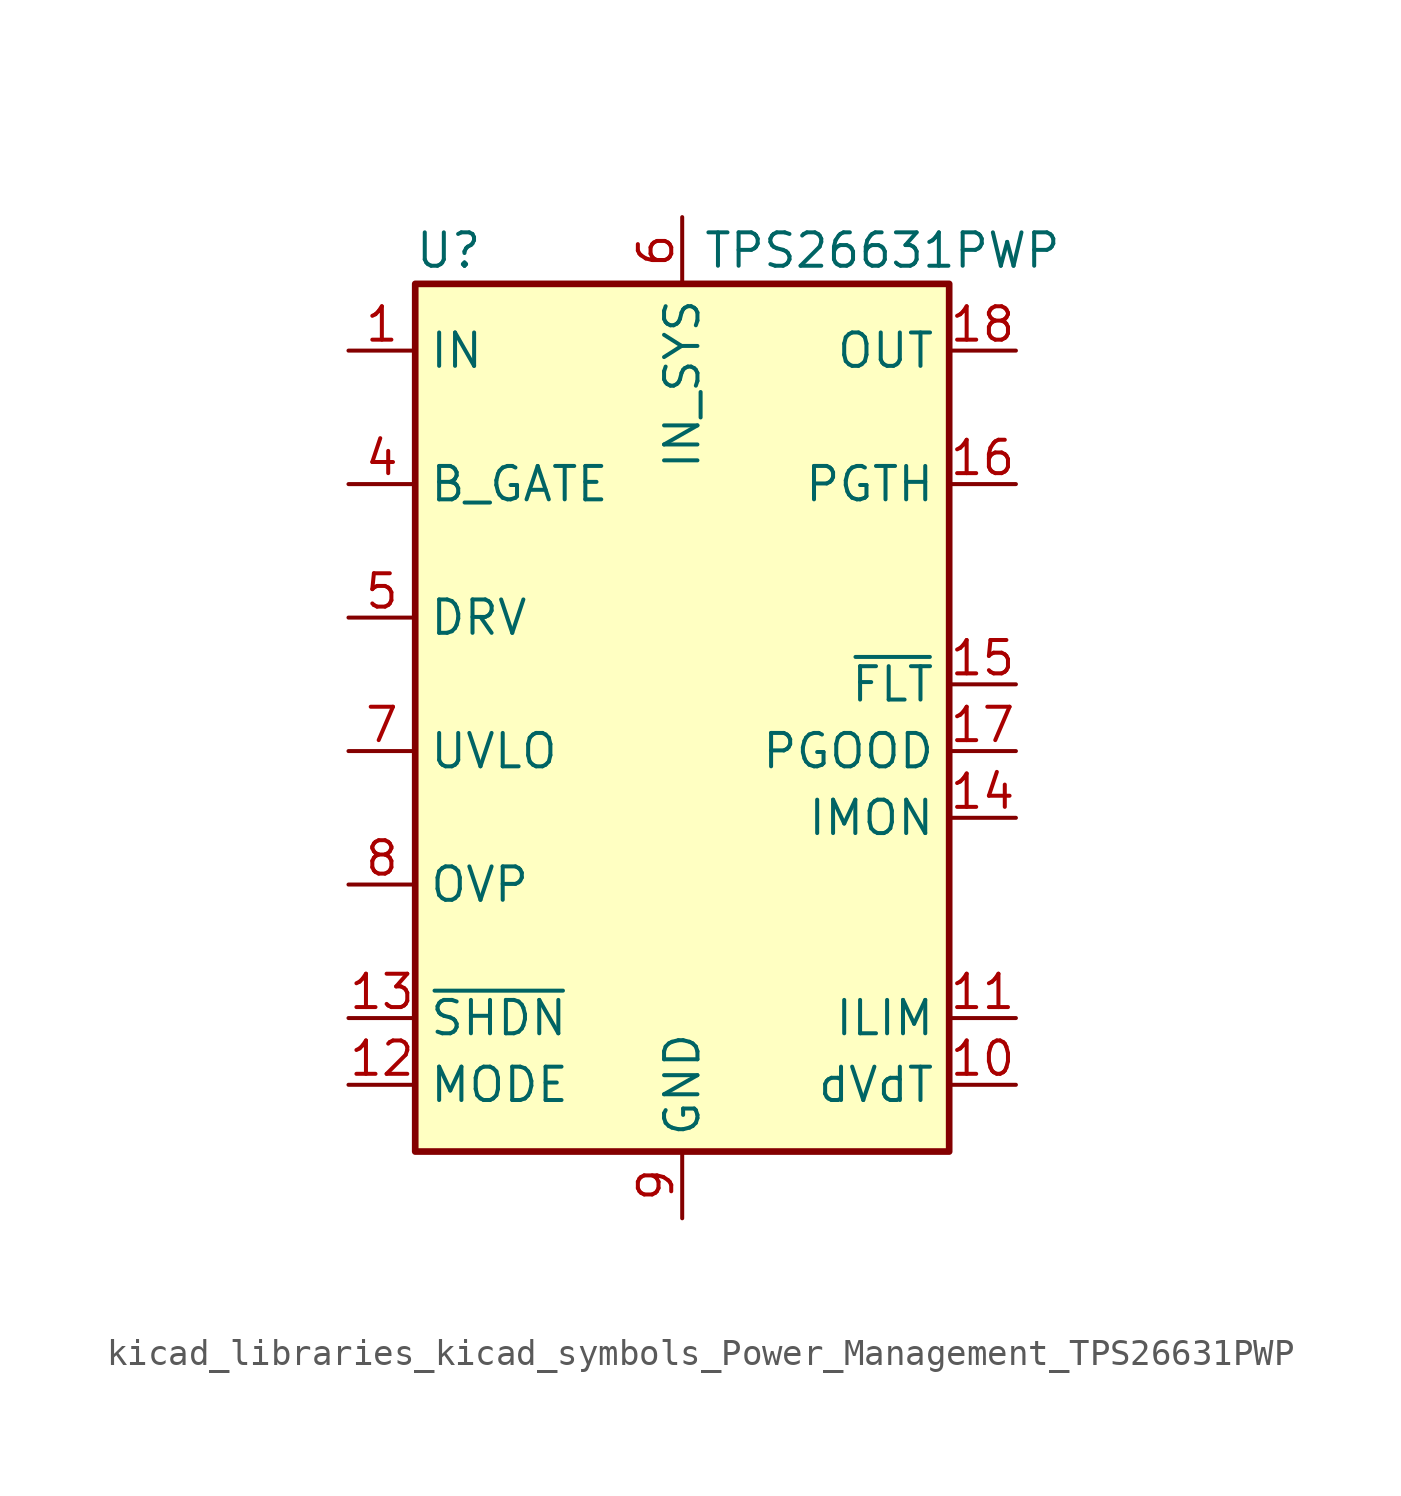
<source format=kicad_sym>
(kicad_symbol_lib
  (version 20220914)
  (generator kicad_symbol_editor)
  (symbol "kicad_libraries_kicad_symbols_Power_Management_TPS26631PWP"
    (property "Reference" "U"
      (at -8.89 16.51 0)
      (effects (font (size 1.27 1.27))))
    (property "Value" "TPS26631PWP"
      (at 7.62 16.51 0)
      (effects (font (size 1.27 1.27))))
    (symbol "kicad_libraries_kicad_symbols_Power_Management_TPS26631PWP_0_1"
      (rectangle (start -10.16 15.24) (end 10.16 -17.78) (stroke (width 0.254) (type default)) (fill (type background))))
    (symbol "kicad_libraries_kicad_symbols_Power_Management_TPS26631PWP_1_1"
      (pin power_in line (at -12.7 12.7 0) (length 2.54) (name "IN" (effects (font (size 1.27 1.27)))) (number "1" (effects (font (size 1.27 1.27)))))
      (pin passive line (at 12.7 -15.24 180) (length 2.54) (name "dVdT" (effects (font (size 1.27 1.27)))) (number "10" (effects (font (size 1.27 1.27)))))
      (pin passive line (at 12.7 -12.7 180) (length 2.54) (name "ILIM" (effects (font (size 1.27 1.27)))) (number "11" (effects (font (size 1.27 1.27)))))
      (pin input line (at -12.7 -15.24 0) (length 2.54) (name "MODE" (effects (font (size 1.27 1.27)))) (number "12" (effects (font (size 1.27 1.27)))))
      (pin input line (at -12.7 -12.7 0) (length 2.54) (name "~{SHDN}" (effects (font (size 1.27 1.27)))) (number "13" (effects (font (size 1.27 1.27)))))
      (pin output line (at 12.7 -5.08 180) (length 2.54) (name "IMON" (effects (font (size 1.27 1.27)))) (number "14" (effects (font (size 1.27 1.27)))))
      (pin open_collector line (at 12.7 0 180) (length 2.54) (name "~{FLT}" (effects (font (size 1.27 1.27)))) (number "15" (effects (font (size 1.27 1.27)))))
      (pin input line (at 12.7 7.62 180) (length 2.54) (name "PGTH" (effects (font (size 1.27 1.27)))) (number "16" (effects (font (size 1.27 1.27)))))
      (pin output line (at 12.7 -2.54 180) (length 2.54) (name "PGOOD" (effects (font (size 1.27 1.27)))) (number "17" (effects (font (size 1.27 1.27)))))
      (pin power_out line (at 12.7 12.7 180) (length 2.54) (name "OUT" (effects (font (size 1.27 1.27)))) (number "18" (effects (font (size 1.27 1.27)))))
      (pin passive line (at 12.7 12.7 180) (length 2.54) hide (name "OUT" (effects (font (size 1.27 1.27)))) (number "19" (effects (font (size 1.27 1.27)))))
      (pin passive line (at -12.7 12.7 0) (length 2.54) hide (name "IN" (effects (font (size 1.27 1.27)))) (number "2" (effects (font (size 1.27 1.27)))))
      (pin passive line (at 12.7 12.7 180) (length 2.54) hide (name "OUT" (effects (font (size 1.27 1.27)))) (number "20" (effects (font (size 1.27 1.27)))))
      (pin passive line (at 0 -20.32 90) (length 2.54) hide (name "GND" (effects (font (size 1.27 1.27)))) (number "21" (effects (font (size 1.27 1.27)))))
      (pin passive line (at -12.7 12.7 0) (length 2.54) hide (name "IN" (effects (font (size 1.27 1.27)))) (number "3" (effects (font (size 1.27 1.27)))))
      (pin output line (at -12.7 7.62 0) (length 2.54) (name "B_GATE" (effects (font (size 1.27 1.27)))) (number "4" (effects (font (size 1.27 1.27)))))
      (pin output line (at -12.7 2.54 0) (length 2.54) (name "DRV" (effects (font (size 1.27 1.27)))) (number "5" (effects (font (size 1.27 1.27)))))
      (pin power_in line (at 0 17.78 270) (length 2.54) (name "IN_SYS" (effects (font (size 1.27 1.27)))) (number "6" (effects (font (size 1.27 1.27)))))
      (pin input line (at -12.7 -2.54 0) (length 2.54) (name "UVLO" (effects (font (size 1.27 1.27)))) (number "7" (effects (font (size 1.27 1.27)))))
      (pin input line (at -12.7 -7.62 0) (length 2.54) (name "OVP" (effects (font (size 1.27 1.27)))) (number "8" (effects (font (size 1.27 1.27)))))
      (pin power_in line (at 0 -20.32 90) (length 2.54) (name "GND" (effects (font (size 1.27 1.27)))) (number "9" (effects (font (size 1.27 1.27))))))))
</source>
